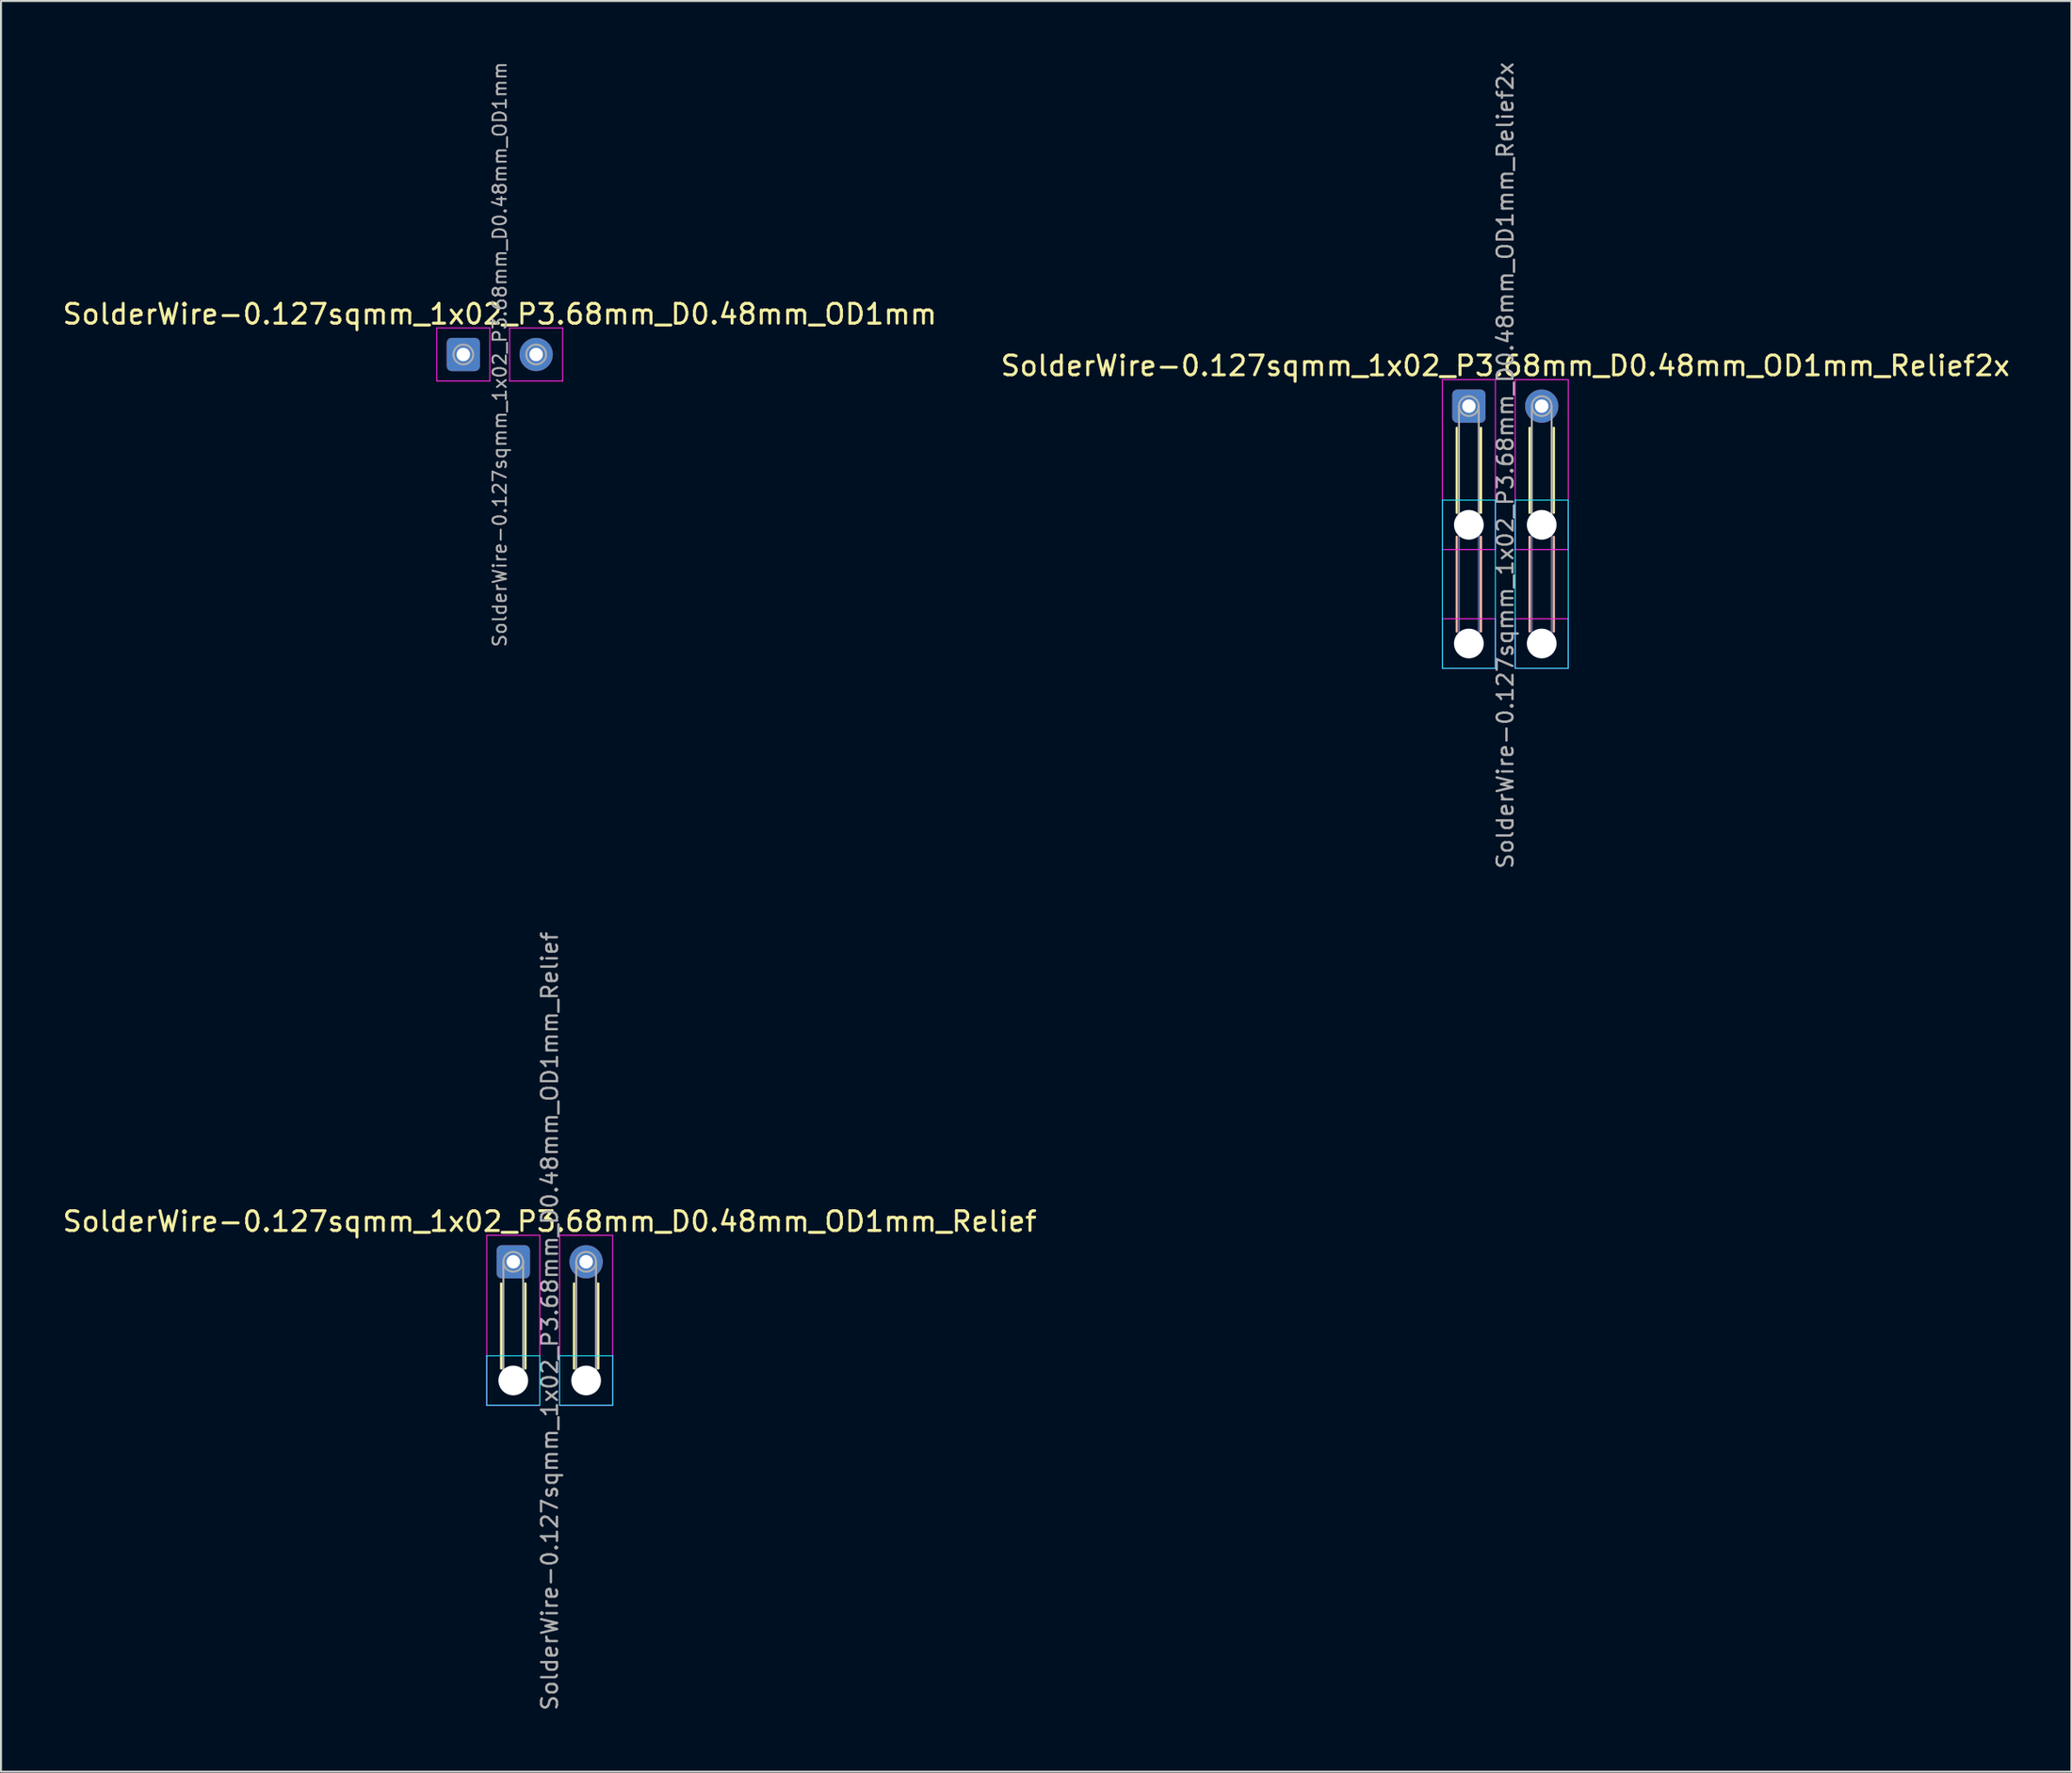
<source format=kicad_pcb>
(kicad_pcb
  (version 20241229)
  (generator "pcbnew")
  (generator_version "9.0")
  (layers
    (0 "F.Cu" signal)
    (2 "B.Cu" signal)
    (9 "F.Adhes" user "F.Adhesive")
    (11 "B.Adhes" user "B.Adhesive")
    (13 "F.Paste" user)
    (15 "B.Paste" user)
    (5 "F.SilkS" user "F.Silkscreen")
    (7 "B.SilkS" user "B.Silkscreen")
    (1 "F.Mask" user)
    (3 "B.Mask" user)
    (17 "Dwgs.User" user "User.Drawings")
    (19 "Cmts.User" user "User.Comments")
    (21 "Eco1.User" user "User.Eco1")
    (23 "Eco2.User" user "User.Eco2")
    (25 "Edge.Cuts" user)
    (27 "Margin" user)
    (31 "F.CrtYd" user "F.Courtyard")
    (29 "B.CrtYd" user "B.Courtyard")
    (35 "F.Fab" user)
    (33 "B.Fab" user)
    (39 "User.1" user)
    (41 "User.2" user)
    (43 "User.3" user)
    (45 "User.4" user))
  (footprint "SolderWire-0.127sqmm_1x02_P3.68mm_D0.48mm_OD1mm"
    (layer "F.Cu")
    (at 20.356 14.871)
    (property "Reference" "SolderWire-0.127sqmm_1x02_P3.68mm_D0.48mm_OD1mm" (at 1.84 -2.04 0) (layer "F.SilkS") (effects (font (size 1 1) (thickness 0.15))))
    (attr exclude_from_pos_files exclude_from_bom)
    (fp_line (start -1.34 -1.34) (end -1.34 1.34) (stroke (width 0.05) (type solid)) (layer "F.CrtYd"))
    (fp_line (start -1.34 1.34) (end 1.34 1.34) (stroke (width 0.05) (type solid)) (layer "F.CrtYd"))
    (fp_line (start 1.34 -1.34) (end -1.34 -1.34) (stroke (width 0.05) (type solid)) (layer "F.CrtYd"))
    (fp_line (start 1.34 1.34) (end 1.34 -1.34) (stroke (width 0.05) (type solid)) (layer "F.CrtYd"))
    (fp_line (start 2.34 -1.34) (end 2.34 1.34) (stroke (width 0.05) (type solid)) (layer "F.CrtYd"))
    (fp_line (start 2.34 1.34) (end 5.02 1.34) (stroke (width 0.05) (type solid)) (layer "F.CrtYd"))
    (fp_line (start 5.02 -1.34) (end 2.34 -1.34) (stroke (width 0.05) (type solid)) (layer "F.CrtYd"))
    (fp_line (start 5.02 1.34) (end 5.02 -1.34) (stroke (width 0.05) (type solid)) (layer "F.CrtYd"))
    (fp_circle (center 0 0) (end 0.5 0) (stroke (width 0.1) (type solid)) (fill no) (layer "F.Fab"))
    (fp_circle (center 3.68 0) (end 4.18 0) (stroke (width 0.1) (type solid)) (fill no) (layer "F.Fab"))
    (fp_text user "${REFERENCE}" (at 1.84 0 90) (layer "F.Fab") (effects (font (size 0.67 0.67) (thickness 0.1))))
    (pad "1" thru_hole roundrect (at 0 0) (size 1.68 1.68) (drill 0.68) (layers "*.Cu" "*.Mask") (roundrect_rratio 0.149))
    (pad "2" thru_hole circle (at 3.68 0) (size 1.68 1.68) (drill 0.68) (layers "*.Cu" "*.Mask")))
  (footprint "SolderWire-0.127sqmm_1x02_P3.68mm_D0.48mm_OD1mm_Relief"
    (layer "F.Cu")
    (at 22.88 60.738)
    (property "Reference" "SolderWire-0.127sqmm_1x02_P3.68mm_D0.48mm_OD1mm_Relief" (at 1.84 -2.04 0) (layer "F.SilkS") (effects (font (size 1 1) (thickness 0.15))))
    (attr exclude_from_pos_files exclude_from_bom)
    (fp_line (start -0.61 1.1) (end -0.61 5.39) (stroke (width 0.12) (type solid)) (layer "F.SilkS"))
    (fp_line (start 0.61 1.1) (end 0.61 5.39) (stroke (width 0.12) (type solid)) (layer "F.SilkS"))
    (fp_line (start 3.07 1.1) (end 3.07 5.39) (stroke (width 0.12) (type solid)) (layer "F.SilkS"))
    (fp_line (start 4.29 1.1) (end 4.29 5.39) (stroke (width 0.12) (type solid)) (layer "F.SilkS"))
    (fp_line (start -1.34 4.75) (end -1.34 7.25) (stroke (width 0.05) (type solid)) (layer "B.CrtYd"))
    (fp_line (start -1.34 7.25) (end 1.34 7.25) (stroke (width 0.05) (type solid)) (layer "B.CrtYd"))
    (fp_line (start 1.34 4.75) (end -1.34 4.75) (stroke (width 0.05) (type solid)) (layer "B.CrtYd"))
    (fp_line (start 1.34 7.25) (end 1.34 4.75) (stroke (width 0.05) (type solid)) (layer "B.CrtYd"))
    (fp_line (start 2.34 4.75) (end 2.34 7.25) (stroke (width 0.05) (type solid)) (layer "B.CrtYd"))
    (fp_line (start 2.34 7.25) (end 5.02 7.25) (stroke (width 0.05) (type solid)) (layer "B.CrtYd"))
    (fp_line (start 5.02 4.75) (end 2.34 4.75) (stroke (width 0.05) (type solid)) (layer "B.CrtYd"))
    (fp_line (start 5.02 7.25) (end 5.02 4.75) (stroke (width 0.05) (type solid)) (layer "B.CrtYd"))
    (fp_line (start -1.34 -1.34) (end -1.34 7.25) (stroke (width 0.05) (type solid)) (layer "F.CrtYd"))
    (fp_line (start -1.34 7.25) (end 1.34 7.25) (stroke (width 0.05) (type solid)) (layer "F.CrtYd"))
    (fp_line (start 1.34 -1.34) (end -1.34 -1.34) (stroke (width 0.05) (type solid)) (layer "F.CrtYd"))
    (fp_line (start 1.34 7.25) (end 1.34 -1.34) (stroke (width 0.05) (type solid)) (layer "F.CrtYd"))
    (fp_line (start 2.34 -1.34) (end 2.34 7.25) (stroke (width 0.05) (type solid)) (layer "F.CrtYd"))
    (fp_line (start 2.34 7.25) (end 5.02 7.25) (stroke (width 0.05) (type solid)) (layer "F.CrtYd"))
    (fp_line (start 5.02 -1.34) (end 2.34 -1.34) (stroke (width 0.05) (type solid)) (layer "F.CrtYd"))
    (fp_line (start 5.02 7.25) (end 5.02 -1.34) (stroke (width 0.05) (type solid)) (layer "F.CrtYd"))
    (fp_line (start -0.5 0) (end -0.5 6) (stroke (width 0.1) (type solid)) (layer "F.Fab"))
    (fp_line (start 0.5 0) (end 0.5 6) (stroke (width 0.1) (type solid)) (layer "F.Fab"))
    (fp_line (start 3.18 0) (end 3.18 6) (stroke (width 0.1) (type solid)) (layer "F.Fab"))
    (fp_line (start 4.18 0) (end 4.18 6) (stroke (width 0.1) (type solid)) (layer "F.Fab"))
    (fp_circle (center 0 0) (end 0.5 0) (stroke (width 0.1) (type solid)) (fill no) (layer "F.Fab"))
    (fp_circle (center 0 6) (end 0.5 6) (stroke (width 0.1) (type solid)) (fill no) (layer "F.Fab"))
    (fp_circle (center 3.68 0) (end 4.18 0) (stroke (width 0.1) (type solid)) (fill no) (layer "F.Fab"))
    (fp_circle (center 3.68 6) (end 4.18 6) (stroke (width 0.1) (type solid)) (fill no) (layer "F.Fab"))
    (fp_text user "${REFERENCE}" (at 1.84 3 90) (layer "F.Fab") (effects (font (size 0.8 0.8) (thickness 0.12))))
    (pad "" np_thru_hole circle (at 0 6) (size 1.5 1.5) (drill 1.5) (layers "*.Cu" "*.Mask"))
    (pad "" np_thru_hole circle (at 3.68 6) (size 1.5 1.5) (drill 1.5) (layers "*.Cu" "*.Mask"))
    (pad "1" thru_hole roundrect (at 0 0) (size 1.68 1.68) (drill 0.68) (layers "*.Cu" "*.Mask") (roundrect_rratio 0.149))
    (pad "2" thru_hole circle (at 3.68 0) (size 1.68 1.68) (drill 0.68) (layers "*.Cu" "*.Mask")))
  (footprint "SolderWire-0.127sqmm_1x02_P3.68mm_D0.48mm_OD1mm_Relief2x"
    (layer "F.Cu")
    (at 71.154 17.481)
    (property "Reference" "SolderWire-0.127sqmm_1x02_P3.68mm_D0.48mm_OD1mm_Relief2x" (at 1.84 -2.04 0) (layer "F.SilkS") (effects (font (size 1 1) (thickness 0.15))))
    (attr exclude_from_pos_files exclude_from_bom)
    (fp_line (start -0.61 1.1) (end -0.61 5.39) (stroke (width 0.12) (type solid)) (layer "F.SilkS"))
    (fp_line (start 0.61 1.1) (end 0.61 5.39) (stroke (width 0.12) (type solid)) (layer "F.SilkS"))
    (fp_line (start 3.07 1.1) (end 3.07 5.39) (stroke (width 0.12) (type solid)) (layer "F.SilkS"))
    (fp_line (start 4.29 1.1) (end 4.29 5.39) (stroke (width 0.12) (type solid)) (layer "F.SilkS"))
    (fp_line (start -0.61 6.61) (end -0.61 11.39) (stroke (width 0.12) (type solid)) (layer "B.SilkS"))
    (fp_line (start 0.61 6.61) (end 0.61 11.39) (stroke (width 0.12) (type solid)) (layer "B.SilkS"))
    (fp_line (start 3.07 6.61) (end 3.07 11.39) (stroke (width 0.12) (type solid)) (layer "B.SilkS"))
    (fp_line (start 4.29 6.61) (end 4.29 11.39) (stroke (width 0.12) (type solid)) (layer "B.SilkS"))
    (fp_line (start -1.34 4.75) (end -1.34 13.25) (stroke (width 0.05) (type solid)) (layer "B.CrtYd"))
    (fp_line (start -1.34 13.25) (end 1.34 13.25) (stroke (width 0.05) (type solid)) (layer "B.CrtYd"))
    (fp_line (start 1.34 4.75) (end -1.34 4.75) (stroke (width 0.05) (type solid)) (layer "B.CrtYd"))
    (fp_line (start 1.34 13.25) (end 1.34 4.75) (stroke (width 0.05) (type solid)) (layer "B.CrtYd"))
    (fp_line (start 2.34 4.75) (end 2.34 13.25) (stroke (width 0.05) (type solid)) (layer "B.CrtYd"))
    (fp_line (start 2.34 13.25) (end 5.02 13.25) (stroke (width 0.05) (type solid)) (layer "B.CrtYd"))
    (fp_line (start 5.02 4.75) (end 2.34 4.75) (stroke (width 0.05) (type solid)) (layer "B.CrtYd"))
    (fp_line (start 5.02 13.25) (end 5.02 4.75) (stroke (width 0.05) (type solid)) (layer "B.CrtYd"))
    (fp_line (start -1.34 -1.34) (end -1.34 7.25) (stroke (width 0.05) (type solid)) (layer "F.CrtYd"))
    (fp_line (start -1.34 7.25) (end 1.34 7.25) (stroke (width 0.05) (type solid)) (layer "F.CrtYd"))
    (fp_line (start -1.34 10.75) (end -1.34 13.25) (stroke (width 0.05) (type solid)) (layer "F.CrtYd"))
    (fp_line (start -1.34 13.25) (end 1.34 13.25) (stroke (width 0.05) (type solid)) (layer "F.CrtYd"))
    (fp_line (start 1.34 -1.34) (end -1.34 -1.34) (stroke (width 0.05) (type solid)) (layer "F.CrtYd"))
    (fp_line (start 1.34 7.25) (end 1.34 -1.34) (stroke (width 0.05) (type solid)) (layer "F.CrtYd"))
    (fp_line (start 1.34 10.75) (end -1.34 10.75) (stroke (width 0.05) (type solid)) (layer "F.CrtYd"))
    (fp_line (start 1.34 13.25) (end 1.34 10.75) (stroke (width 0.05) (type solid)) (layer "F.CrtYd"))
    (fp_line (start 2.34 -1.34) (end 2.34 7.25) (stroke (width 0.05) (type solid)) (layer "F.CrtYd"))
    (fp_line (start 2.34 7.25) (end 5.02 7.25) (stroke (width 0.05) (type solid)) (layer "F.CrtYd"))
    (fp_line (start 2.34 10.75) (end 2.34 13.25) (stroke (width 0.05) (type solid)) (layer "F.CrtYd"))
    (fp_line (start 2.34 13.25) (end 5.02 13.25) (stroke (width 0.05) (type solid)) (layer "F.CrtYd"))
    (fp_line (start 5.02 -1.34) (end 2.34 -1.34) (stroke (width 0.05) (type solid)) (layer "F.CrtYd"))
    (fp_line (start 5.02 7.25) (end 5.02 -1.34) (stroke (width 0.05) (type solid)) (layer "F.CrtYd"))
    (fp_line (start 5.02 10.75) (end 2.34 10.75) (stroke (width 0.05) (type solid)) (layer "F.CrtYd"))
    (fp_line (start 5.02 13.25) (end 5.02 10.75) (stroke (width 0.05) (type solid)) (layer "F.CrtYd"))
    (fp_line (start -0.5 6) (end -0.5 12) (stroke (width 0.1) (type solid)) (layer "B.Fab"))
    (fp_line (start 0.5 6) (end 0.5 12) (stroke (width 0.1) (type solid)) (layer "B.Fab"))
    (fp_line (start 3.18 6) (end 3.18 12) (stroke (width 0.1) (type solid)) (layer "B.Fab"))
    (fp_line (start 4.18 6) (end 4.18 12) (stroke (width 0.1) (type solid)) (layer "B.Fab"))
    (fp_circle (center 0 6) (end 0.5 6) (stroke (width 0.1) (type solid)) (fill no) (layer "B.Fab"))
    (fp_circle (center 0 12) (end 0.5 12) (stroke (width 0.1) (type solid)) (fill no) (layer "B.Fab"))
    (fp_circle (center 3.68 6) (end 4.18 6) (stroke (width 0.1) (type solid)) (fill no) (layer "B.Fab"))
    (fp_circle (center 3.68 12) (end 4.18 12) (stroke (width 0.1) (type solid)) (fill no) (layer "B.Fab"))
    (fp_line (start -0.5 0) (end -0.5 6) (stroke (width 0.1) (type solid)) (layer "F.Fab"))
    (fp_line (start 0.5 0) (end 0.5 6) (stroke (width 0.1) (type solid)) (layer "F.Fab"))
    (fp_line (start 3.18 0) (end 3.18 6) (stroke (width 0.1) (type solid)) (layer "F.Fab"))
    (fp_line (start 4.18 0) (end 4.18 6) (stroke (width 0.1) (type solid)) (layer "F.Fab"))
    (fp_circle (center 0 0) (end 0.5 0) (stroke (width 0.1) (type solid)) (fill no) (layer "F.Fab"))
    (fp_circle (center 0 6) (end 0.5 6) (stroke (width 0.1) (type solid)) (fill no) (layer "F.Fab"))
    (fp_circle (center 0 12) (end 0.5 12) (stroke (width 0.1) (type solid)) (fill no) (layer "F.Fab"))
    (fp_circle (center 3.68 0) (end 4.18 0) (stroke (width 0.1) (type solid)) (fill no) (layer "F.Fab"))
    (fp_circle (center 3.68 6) (end 4.18 6) (stroke (width 0.1) (type solid)) (fill no) (layer "F.Fab"))
    (fp_circle (center 3.68 12) (end 4.18 12) (stroke (width 0.1) (type solid)) (fill no) (layer "F.Fab"))
    (fp_text user "${REFERENCE}" (at 1.84 3 90) (layer "F.Fab") (effects (font (size 0.8 0.8) (thickness 0.12))))
    (pad "" np_thru_hole circle (at 0 6) (size 1.5 1.5) (drill 1.5) (layers "*.Cu" "*.Mask"))
    (pad "" np_thru_hole circle (at 0 12) (size 1.5 1.5) (drill 1.5) (layers "*.Cu" "*.Mask"))
    (pad "" np_thru_hole circle (at 3.68 6) (size 1.5 1.5) (drill 1.5) (layers "*.Cu" "*.Mask"))
    (pad "" np_thru_hole circle (at 3.68 12) (size 1.5 1.5) (drill 1.5) (layers "*.Cu" "*.Mask"))
    (pad "1" thru_hole roundrect (at 0 0) (size 1.68 1.68) (drill 0.68) (layers "*.Cu" "*.Mask") (roundrect_rratio 0.149))
    (pad "2" thru_hole circle (at 3.68 0) (size 1.68 1.68) (drill 0.68) (layers "*.Cu" "*.Mask")))
  (gr_rect
    (start -3 -3)
    (end 101.595 86.514)
    (stroke (width 0.1) (type default))
    (fill no)
    (layer "Edge.Cuts")))
</source>
